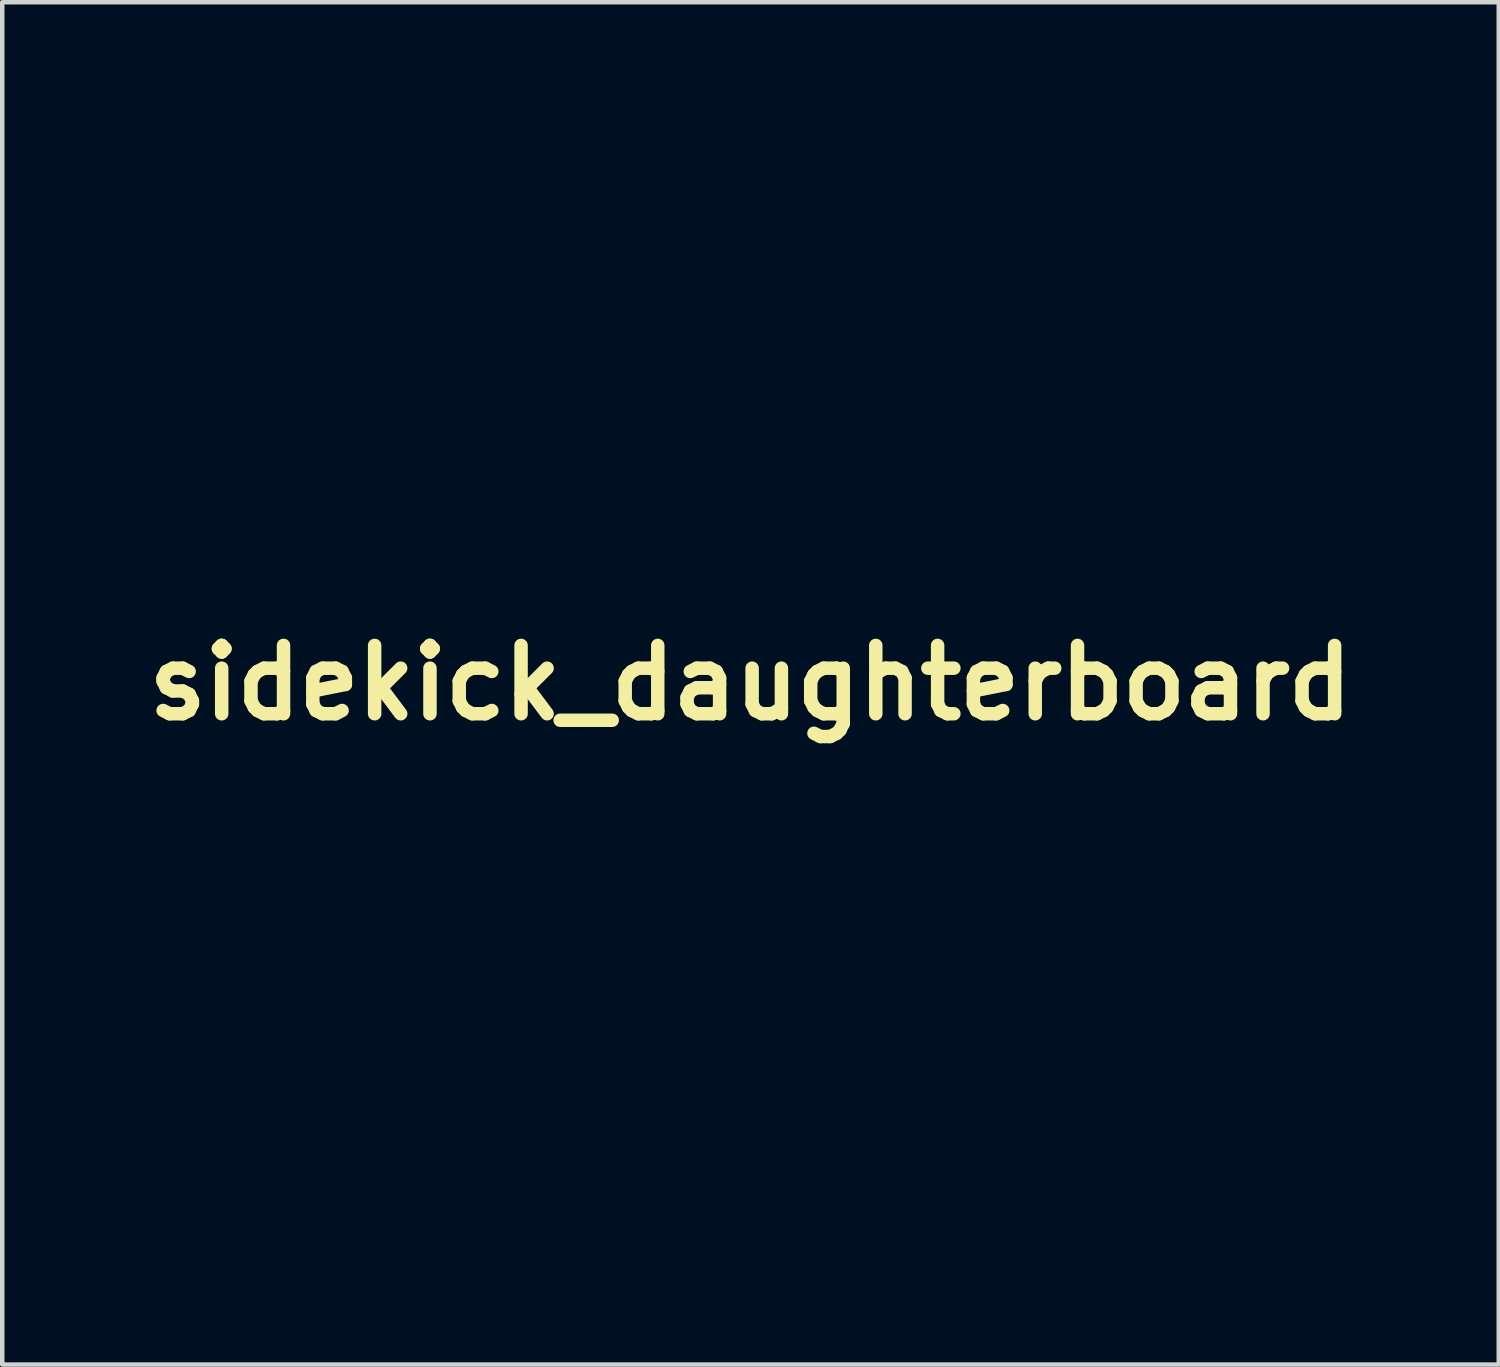
<source format=kicad_pcb>
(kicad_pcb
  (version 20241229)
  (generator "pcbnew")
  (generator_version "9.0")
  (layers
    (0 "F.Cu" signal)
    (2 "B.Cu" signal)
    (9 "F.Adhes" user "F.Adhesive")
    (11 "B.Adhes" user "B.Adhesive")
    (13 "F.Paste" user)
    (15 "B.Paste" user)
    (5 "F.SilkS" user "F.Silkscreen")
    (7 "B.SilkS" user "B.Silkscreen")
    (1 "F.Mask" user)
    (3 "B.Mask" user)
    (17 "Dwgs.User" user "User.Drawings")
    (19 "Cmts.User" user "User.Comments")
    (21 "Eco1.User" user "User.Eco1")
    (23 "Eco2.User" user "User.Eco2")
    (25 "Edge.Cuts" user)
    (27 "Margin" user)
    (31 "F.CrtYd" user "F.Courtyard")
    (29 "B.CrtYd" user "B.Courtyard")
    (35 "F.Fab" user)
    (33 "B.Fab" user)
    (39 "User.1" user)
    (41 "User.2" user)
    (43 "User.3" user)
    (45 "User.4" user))
  (footprint "sidekick_daughterboard"
    (layer "F.Cu")
    (at 13.687 12.178)
    (property "Reference" "sidekick_daughterboard" (at 0 0 0) (layer "F.SilkS") (effects (font (size 1.524 1.524) (thickness 0.3))))
    (attr board_only exclude_from_pos_files exclude_from_bom)
    (fp_poly (pts (xy -3.127 1.881) (xy -5.492 1.881) (xy -5.492 2.161) (xy -3.127 2.161) (xy -3.127 3.509) (xy -7.984 3.509) (xy -7.984 0.509) (xy -3.127 0.509)) (stroke (width 0.1) (type solid)) (fill no) (layer "Eco1.User"))
    (fp_poly (pts (xy 2.009 3.509) (xy -2.848 3.509) (xy -2.848 2.161) (xy -0.483 2.161) (xy -0.483 1.881) (xy -2.848 1.881) (xy -2.848 0.509) (xy 2.009 0.509)) (stroke (width 0.1) (type solid)) (fill no) (layer "Eco1.User"))
    (fp_poly (pts (xy 9.774 7.439) (xy 9.993 7.485) (xy 10.202 7.568) (xy 10.232 7.582) (xy 10.48 7.734) (xy 10.691 7.921) (xy 10.865 8.14) (xy 10.997 8.389) (xy 11.087 8.664) (xy 11.1 8.722) (xy 11.131 8.999) (xy 11.113 9.27) (xy 11.046 9.533) (xy 10.931 9.783) (xy 10.771 10.016) (xy 10.653 10.147) (xy 10.433 10.333) (xy 10.192 10.475) (xy 9.932 10.57) (xy 9.657 10.617) (xy 9.371 10.617) (xy 9.234 10.599) (xy 9.027 10.544) (xy 8.813 10.45) (xy 8.608 10.327) (xy 8.423 10.181) (xy 8.278 10.026) (xy 8.117 9.784) (xy 8.006 9.528) (xy 7.942 9.257) (xy 7.935 9.153) (xy 8.518 9.153) (xy 9.382 9.153) (xy 9.382 10.018) (xy 9.662 10.018) (xy 9.662 9.153) (xy 10.526 9.153) (xy 10.526 8.873) (xy 9.662 8.873) (xy 9.662 8.009) (xy 9.382 8.009) (xy 9.382 8.873) (xy 8.518 8.873) (xy 8.518 9.153) (xy 7.935 9.153) (xy 7.926 9.013) (xy 7.947 8.739) (xy 8.01 8.488) (xy 8.117 8.256) (xy 8.271 8.036) (xy 8.402 7.892) (xy 8.614 7.708) (xy 8.838 7.571) (xy 9.079 7.48) (xy 9.342 7.433) (xy 9.53 7.424)) (stroke (width 0.1) (type solid)) (fill no) (layer "Eco1.User"))
    (fp_poly (pts (xy -9.121 -10.55) (xy -8.863 -10.464) (xy -8.63 -10.339) (xy -8.423 -10.18) (xy -8.246 -9.99) (xy -8.102 -9.774) (xy -7.994 -9.536) (xy -7.926 -9.281) (xy -7.899 -9.013) (xy -7.917 -8.737) (xy -7.958 -8.543) (xy -8.034 -8.341) (xy -8.151 -8.139) (xy -8.299 -7.947) (xy -8.469 -7.775) (xy -8.653 -7.635) (xy -8.772 -7.568) (xy -8.886 -7.518) (xy -9.006 -7.471) (xy -9.108 -7.439) (xy -9.114 -7.437) (xy -9.247 -7.415) (xy -9.41 -7.403) (xy -9.584 -7.403) (xy -9.751 -7.415) (xy -9.89 -7.437) (xy -9.896 -7.438) (xy -10.115 -7.514) (xy -10.333 -7.629) (xy -10.537 -7.776) (xy -10.712 -7.946) (xy -10.773 -8.02) (xy -10.926 -8.262) (xy -11.033 -8.518) (xy -11.092 -8.781) (xy -11.096 -8.848) (xy -10.501 -8.848) (xy -9.636 -8.848) (xy -9.636 -7.984) (xy -9.357 -7.984) (xy -9.357 -8.848) (xy -8.492 -8.848) (xy -8.492 -9.128) (xy -9.357 -9.128) (xy -9.357 -9.992) (xy -9.636 -9.992) (xy -9.636 -9.128) (xy -10.501 -9.128) (xy -10.501 -8.848) (xy -11.096 -8.848) (xy -11.105 -9.047) (xy -11.073 -9.312) (xy -10.994 -9.569) (xy -10.87 -9.814) (xy -10.702 -10.042) (xy -10.627 -10.122) (xy -10.408 -10.308) (xy -10.168 -10.449) (xy -9.91 -10.544) (xy -9.637 -10.591) (xy -9.399 -10.592)) (stroke (width 0.1) (type solid)) (fill no) (layer "Eco1.User"))
    (fp_poly (pts (xy -2.184 -0.991) (xy -1.423 -0.991) (xy -0.71 -0.991) (xy -0.044 -0.991) (xy 0.576 -0.99) (xy 1.152 -0.99) (xy 1.685 -0.989) (xy 2.175 -0.989) (xy 2.625 -0.988) (xy 3.036 -0.987) (xy 3.409 -0.986) (xy 3.745 -0.984) (xy 4.045 -0.983) (xy 4.312 -0.982) (xy 4.545 -0.98) (xy 4.746 -0.978) (xy 4.918 -0.976) (xy 5.06 -0.974) (xy 5.174 -0.972) (xy 5.262 -0.969) (xy 5.324 -0.967) (xy 5.363 -0.964) (xy 5.378 -0.961) (xy 5.399 -0.952) (xy 5.418 -0.944) (xy 5.435 -0.933) (xy 5.45 -0.917) (xy 5.463 -0.893) (xy 5.474 -0.859) (xy 5.484 -0.811) (xy 5.492 -0.747) (xy 5.498 -0.664) (xy 5.504 -0.559) (xy 5.508 -0.43) (xy 5.511 -0.273) (xy 5.514 -0.087) (xy 5.515 0.133) (xy 5.516 0.388) (xy 5.517 0.682) (xy 5.517 1.016) (xy 5.517 1.395) (xy 5.517 1.821) (xy 5.517 2.035) (xy 5.517 4.86) (xy 5.443 4.934) (xy 5.369 5.009) (xy -11.339 5.009) (xy -11.422 4.935) (xy -11.505 4.86) (xy -11.513 2.081) (xy -11.514 1.595) (xy -11.514 1.159) (xy -11.514 0.771) (xy -11.514 0.429) (xy -11.513 0.132) (xy -11.512 -0.121) (xy -11.509 -0.331) (xy -11.507 -0.457) (xy -10.984 -0.457) (xy -10.971 4.488) (xy -7.043 4.502) (xy -6.596 4.504) (xy -6.161 4.505) (xy -5.741 4.506) (xy -5.339 4.507) (xy -4.957 4.508) (xy -4.598 4.509) (xy -4.265 4.51) (xy -3.962 4.51) (xy -3.691 4.511) (xy -3.456 4.511) (xy -3.258 4.51) (xy -3.101 4.51) (xy -2.989 4.51) (xy -2.923 4.509) (xy -2.911 4.509) (xy -2.863 4.508) (xy -2.766 4.507) (xy -2.625 4.506) (xy -2.442 4.505) (xy -2.219 4.504) (xy -1.961 4.504) (xy -1.67 4.503) (xy -1.348 4.502) (xy -1 4.502) (xy -0.627 4.501) (xy -0.233 4.501) (xy 0.179 4.501) (xy 0.607 4.501) (xy 1.046 4.5) (xy 1.138 4.5) (xy 4.983 4.5) (xy 4.983 -0.457) (xy 1.011 -0.464) (xy 0.478 -0.464) (xy -0.098 -0.465) (xy -0.709 -0.466) (xy -1.347 -0.466) (xy -2.005 -0.466) (xy -2.674 -0.466) (xy -3.348 -0.466) (xy -4.017 -0.466) (xy -4.675 -0.466) (xy -5.313 -0.465) (xy -5.923 -0.465) (xy -6.498 -0.464) (xy -6.973 -0.463) (xy -10.984 -0.457) (xy -11.507 -0.457) (xy -11.507 -0.501) (xy -11.503 -0.631) (xy -11.5 -0.724) (xy -11.495 -0.779) (xy -11.492 -0.796) (xy -11.439 -0.895) (xy -11.383 -0.942) (xy -11.375 -0.946) (xy -11.365 -0.951) (xy -11.351 -0.955) (xy -11.332 -0.959) (xy -11.307 -0.962) (xy -11.273 -0.965) (xy -11.229 -0.968) (xy -11.173 -0.971) (xy -11.104 -0.973) (xy -11.019 -0.976) (xy -10.918 -0.978) (xy -10.799 -0.98) (xy -10.66 -0.982) (xy -10.5 -0.983) (xy -10.316 -0.984) (xy -10.107 -0.986) (xy -9.872 -0.987) (xy -9.609 -0.988) (xy -9.316 -0.988) (xy -8.991 -0.989) (xy -8.634 -0.99) (xy -8.241 -0.99) (xy -7.813 -0.991) (xy -7.346 -0.991) (xy -6.84 -0.991) (xy -6.293 -0.991) (xy -5.703 -0.991) (xy -5.068 -0.991) (xy -4.387 -0.991) (xy -3.658 -0.991) (xy -2.995 -0.991)) (stroke (width 0.1) (type solid)) (fill no) (layer "Eco1.User"))
    (fp_poly (pts (xy 0.966 -12.128) (xy 1.869 -12.128) (xy 2.725 -12.128) (xy 3.533 -12.128) (xy 4.296 -12.128) (xy 5.015 -12.128) (xy 5.691 -12.128) (xy 6.325 -12.127) (xy 6.919 -12.127) (xy 7.474 -12.127) (xy 7.992 -12.127) (xy 8.473 -12.126) (xy 8.92 -12.126) (xy 9.333 -12.125) (xy 9.713 -12.125) (xy 10.063 -12.124) (xy 10.383 -12.123) (xy 10.674 -12.123) (xy 10.939 -12.122) (xy 11.178 -12.121) (xy 11.393 -12.12) (xy 11.585 -12.118) (xy 11.755 -12.117) (xy 11.904 -12.115) (xy 12.035 -12.114) (xy 12.148 -12.112) (xy 12.245 -12.11) (xy 12.327 -12.108) (xy 12.395 -12.106) (xy 12.45 -12.104) (xy 12.495 -12.101) (xy 12.53 -12.098) (xy 12.556 -12.096) (xy 12.576 -12.093) (xy 12.59 -12.089) (xy 12.599 -12.086) (xy 12.605 -12.082) (xy 12.61 -12.079) (xy 12.611 -12.077) (xy 12.615 -12.073) (xy 12.619 -12.067) (xy 12.622 -12.059) (xy 12.626 -12.047) (xy 12.629 -12.029) (xy 12.632 -12.005) (xy 12.634 -11.973) (xy 12.637 -11.931) (xy 12.639 -11.879) (xy 12.642 -11.814) (xy 12.644 -11.736) (xy 12.646 -11.643) (xy 12.648 -11.534) (xy 12.649 -11.408) (xy 12.651 -11.262) (xy 12.652 -11.096) (xy 12.653 -10.909) (xy 12.655 -10.699) (xy 12.656 -10.464) (xy 12.657 -10.204) (xy 12.657 -9.916) (xy 12.658 -9.601) (xy 12.659 -9.255) (xy 12.659 -8.879) (xy 12.66 -8.47) (xy 12.66 -8.027) (xy 12.661 -7.549) (xy 12.661 -7.034) (xy 12.661 -6.482) (xy 12.661 -5.89) (xy 12.662 -5.258) (xy 12.662 -4.584) (xy 12.662 -3.867) (xy 12.662 -3.105) (xy 12.662 -2.297) (xy 12.662 -1.441) (xy 12.662 -0.537) (xy 12.662 0.013) (xy 12.662 0.946) (xy 12.662 1.829) (xy 12.662 2.665) (xy 12.662 3.453) (xy 12.662 4.197) (xy 12.662 4.896) (xy 12.662 5.552) (xy 12.661 6.167) (xy 12.661 6.742) (xy 12.661 7.279) (xy 12.661 7.778) (xy 12.66 8.241) (xy 12.66 8.67) (xy 12.659 9.065) (xy 12.659 9.428) (xy 12.658 9.761) (xy 12.657 10.065) (xy 12.656 10.341) (xy 12.655 10.59) (xy 12.654 10.815) (xy 12.653 11.015) (xy 12.652 11.194) (xy 12.65 11.351) (xy 12.649 11.488) (xy 12.647 11.607) (xy 12.645 11.709) (xy 12.643 11.796) (xy 12.641 11.868) (xy 12.638 11.928) (xy 12.636 11.975) (xy 12.633 12.013) (xy 12.63 12.042) (xy 12.627 12.063) (xy 12.624 12.078) (xy 12.621 12.088) (xy 12.617 12.095) (xy 12.613 12.1) (xy 12.611 12.103) (xy 12.607 12.106) (xy 12.601 12.11) (xy 12.593 12.113) (xy 12.582 12.117) (xy 12.564 12.12) (xy 12.541 12.123) (xy 12.509 12.126) (xy 12.468 12.128) (xy 12.417 12.13) (xy 12.354 12.133) (xy 12.277 12.135) (xy 12.186 12.137) (xy 12.079 12.139) (xy 11.955 12.14) (xy 11.813 12.142) (xy 11.65 12.143) (xy 11.467 12.145) (xy 11.261 12.146) (xy 11.031 12.147) (xy 10.776 12.148) (xy 10.495 12.149) (xy 10.185 12.149) (xy 9.847 12.15) (xy 9.478 12.151) (xy 9.078 12.151) (xy 8.644 12.152) (xy 8.176 12.152) (xy 7.672 12.152) (xy 7.131 12.153) (xy 6.551 12.153) (xy 5.932 12.153) (xy 5.272 12.153) (xy 4.569 12.153) (xy 3.823 12.153) (xy 3.032 12.153) (xy 2.194 12.153) (xy 1.309 12.153) (xy 0.374 12.153) (xy 0.013 12.153) (xy -0.94 12.153) (xy -1.844 12.153) (xy -2.699 12.153) (xy -3.508 12.153) (xy -4.271 12.153) (xy -4.99 12.153) (xy -5.665 12.153) (xy -6.3 12.153) (xy -6.894 12.153) (xy -7.449 12.152) (xy -7.967 12.152) (xy -8.448 12.152) (xy -8.894 12.151) (xy -9.307 12.151) (xy -9.688 12.15) (xy -10.037 12.15) (xy -10.357 12.149) (xy -10.649 12.148) (xy -10.914 12.147) (xy -11.153 12.146) (xy -11.367 12.145) (xy -11.559 12.144) (xy -11.729 12.142) (xy -11.879 12.141) (xy -12.01 12.139) (xy -12.123 12.137) (xy -12.22 12.136) (xy -12.301 12.134) (xy -12.369 12.131) (xy -12.425 12.129) (xy -12.47 12.126) (xy -12.504 12.124) (xy -12.531 12.121) (xy -12.55 12.118) (xy -12.564 12.115) (xy -12.573 12.111) (xy -12.58 12.108) (xy -12.584 12.104) (xy -12.586 12.103) (xy -12.59 12.098) (xy -12.593 12.093) (xy -12.597 12.085) (xy -12.6 12.072) (xy -12.603 12.055) (xy -12.606 12.031) (xy -12.609 11.998) (xy -12.612 11.957) (xy -12.614 11.904) (xy -12.615 11.874) (xy -12.357 11.874) (xy 12.382 11.874) (xy 12.382 -11.848) (xy -12.357 -11.848) (xy -12.357 11.874) (xy -12.615 11.874) (xy -12.616 11.84) (xy -12.618 11.762) (xy -12.62 11.669) (xy -12.622 11.56) (xy -12.624 11.433) (xy -12.625 11.288) (xy -12.627 11.122) (xy -12.628 10.934) (xy -12.629 10.724) (xy -12.63 10.489) (xy -12.631 10.229) (xy -12.632 9.942) (xy -12.633 9.626) (xy -12.633 9.281) (xy -12.634 8.904) (xy -12.634 8.495) (xy -12.635 8.052) (xy -12.635 7.574) (xy -12.636 7.06) (xy -12.636 6.507) (xy -12.636 5.916) (xy -12.636 5.284) (xy -12.636 4.61) (xy -12.636 3.892) (xy -12.636 3.13) (xy -12.636 2.322) (xy -12.636 1.467) (xy -12.636 0.563) (xy -12.636 0.013) (xy -12.636 -0.92) (xy -12.636 -1.804) (xy -12.636 -2.639) (xy -12.636 -3.428) (xy -12.636 -4.171) (xy -12.636 -4.87) (xy -12.636 -5.527) (xy -12.636 -6.142) (xy -12.636 -6.717) (xy -12.635 -7.253) (xy -12.635 -7.752) (xy -12.635 -8.216) (xy -12.634 -8.644) (xy -12.634 -9.039) (xy -12.633 -9.403) (xy -12.632 -9.736) (xy -12.632 -10.04) (xy -12.631 -10.315) (xy -12.63 -10.565) (xy -12.629 -10.789) (xy -12.628 -10.99) (xy -12.626 -11.168) (xy -12.625 -11.325) (xy -12.623 -11.463) (xy -12.621 -11.582) (xy -12.62 -11.684) (xy -12.618 -11.771) (xy -12.615 -11.843) (xy -12.613 -11.902) (xy -12.611 -11.95) (xy -12.608 -11.988) (xy -12.605 -12.016) (xy -12.602 -12.038) (xy -12.599 -12.053) (xy -12.595 -12.063) (xy -12.592 -12.07) (xy -12.588 -12.075) (xy -12.586 -12.077) (xy -12.581 -12.081) (xy -12.576 -12.085) (xy -12.568 -12.088) (xy -12.556 -12.091) (xy -12.539 -12.094) (xy -12.515 -12.097) (xy -12.484 -12.1) (xy -12.443 -12.103) (xy -12.391 -12.105) (xy -12.328 -12.107) (xy -12.252 -12.109) (xy -12.161 -12.111) (xy -12.054 -12.113) (xy -11.93 -12.115) (xy -11.787 -12.116) (xy -11.625 -12.118) (xy -11.441 -12.119) (xy -11.235 -12.12) (xy -11.006 -12.121) (xy -10.751 -12.122) (xy -10.469 -12.123) (xy -10.16 -12.124) (xy -9.822 -12.125) (xy -9.453 -12.125) (xy -9.052 -12.126) (xy -8.618 -12.126) (xy -8.15 -12.127) (xy -7.646 -12.127) (xy -7.105 -12.127) (xy -6.526 -12.127) (xy -5.907 -12.128) (xy -5.247 -12.128) (xy -4.544 -12.128) (xy -3.798 -12.128) (xy -3.006 -12.128) (xy -2.169 -12.128) (xy -1.283 -12.128) (xy -0.349 -12.128) (xy 0.013 -12.128)) (stroke (width 0.1) (type solid)) (fill no) (layer "Eco1.User")))
  (gr_rect
    (start -3 -3)
    (end 30.374 27.381)
    (stroke (width 0.1) (type default))
    (fill no)
    (layer "Edge.Cuts")))
</source>
